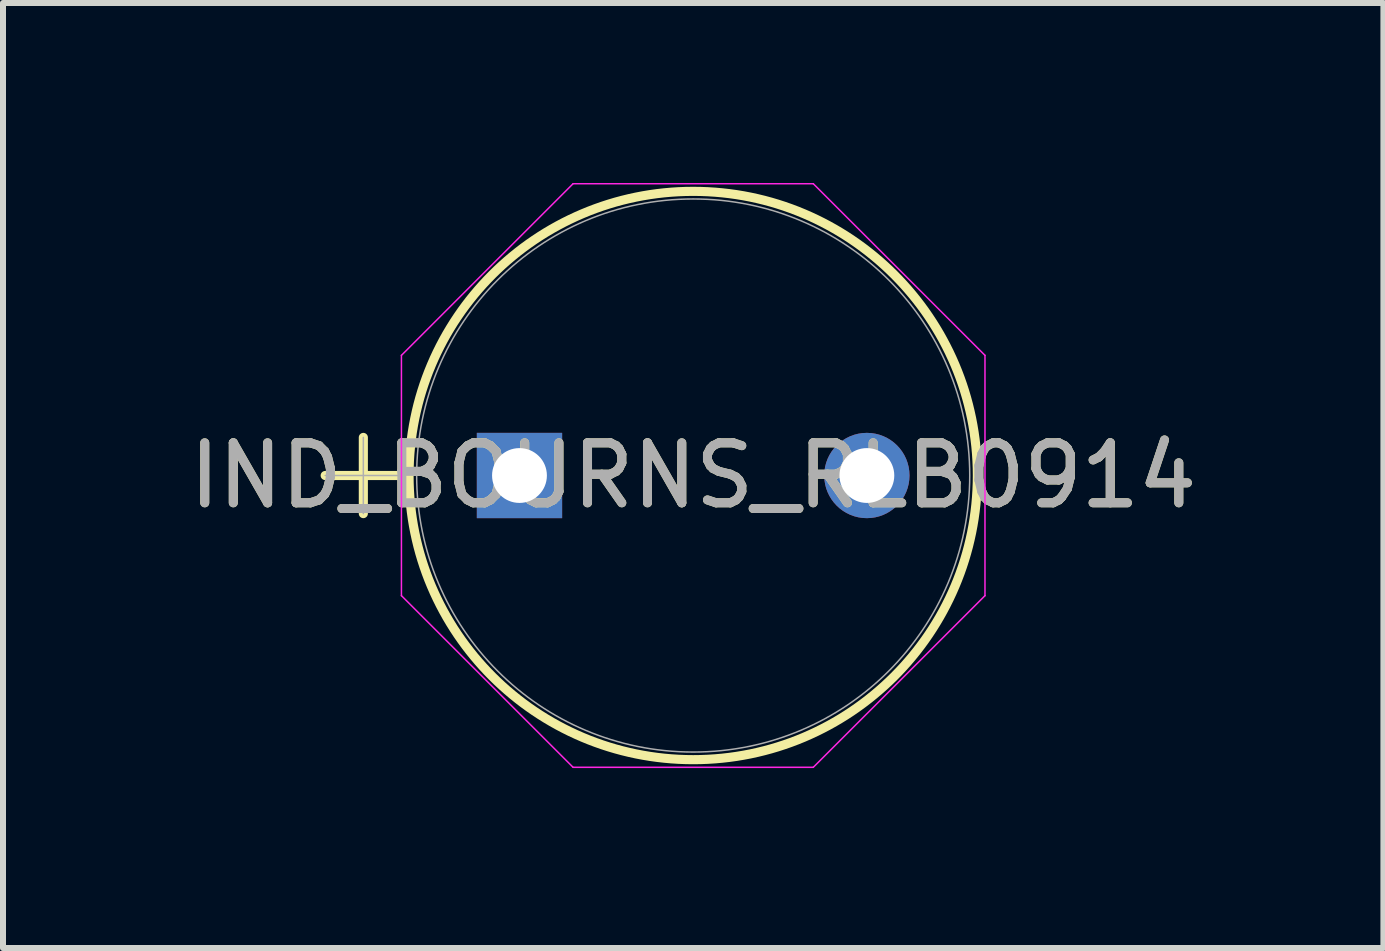
<source format=kicad_pcb>
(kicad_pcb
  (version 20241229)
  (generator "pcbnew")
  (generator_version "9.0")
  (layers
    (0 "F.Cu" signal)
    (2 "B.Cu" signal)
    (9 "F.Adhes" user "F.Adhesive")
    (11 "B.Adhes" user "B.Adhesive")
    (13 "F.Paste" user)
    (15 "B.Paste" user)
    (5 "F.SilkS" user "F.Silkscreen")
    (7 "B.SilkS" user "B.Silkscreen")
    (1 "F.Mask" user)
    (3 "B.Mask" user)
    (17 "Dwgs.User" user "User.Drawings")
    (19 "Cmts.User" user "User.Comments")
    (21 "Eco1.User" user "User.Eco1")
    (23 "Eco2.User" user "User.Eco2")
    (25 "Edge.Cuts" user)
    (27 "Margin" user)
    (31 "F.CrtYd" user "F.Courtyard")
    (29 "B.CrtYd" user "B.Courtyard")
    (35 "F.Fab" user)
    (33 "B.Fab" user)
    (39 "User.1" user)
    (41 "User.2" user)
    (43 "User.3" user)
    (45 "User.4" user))
  (footprint "IND_BOURNS_RLB0914"
    (layer "F.Cu")
    (at 5.61 4.877)
    (property "Reference" "IND_BOURNS_RLB0914" (at 2.896 0 0) (unlocked yes) (layer "F.SilkS") (effects (font (size 1 1) (thickness 0.15))))
    (attr through_hole)
    (fp_line (start -3.239 0) (end -1.968 0) (stroke (width 0.152) (type solid)) (layer "F.SilkS"))
    (fp_line (start -2.603 -0.635) (end -2.603 0.635) (stroke (width 0.152) (type solid)) (layer "F.SilkS"))
    (fp_circle (center 2.896 0) (end 7.633 0) (stroke (width 0.152) (type solid)) (fill no) (layer "F.SilkS"))
    (fp_line (start -1.968 -2.003) (end 0.893 -4.864) (stroke (width 0.025) (type solid)) (layer "F.CrtYd"))
    (fp_line (start -1.968 2.003) (end -1.968 -2.003) (stroke (width 0.025) (type solid)) (layer "F.CrtYd"))
    (fp_line (start 0.893 -4.864) (end 4.898 -4.864) (stroke (width 0.025) (type solid)) (layer "F.CrtYd"))
    (fp_line (start 0.893 4.864) (end -1.968 2.003) (stroke (width 0.025) (type solid)) (layer "F.CrtYd"))
    (fp_line (start 4.898 -4.864) (end 7.76 -2.003) (stroke (width 0.025) (type solid)) (layer "F.CrtYd"))
    (fp_line (start 4.898 4.864) (end 0.893 4.864) (stroke (width 0.025) (type solid)) (layer "F.CrtYd"))
    (fp_line (start 7.76 -2.003) (end 7.76 2.003) (stroke (width 0.025) (type solid)) (layer "F.CrtYd"))
    (fp_line (start 7.76 2.003) (end 4.898 4.864) (stroke (width 0.025) (type solid)) (layer "F.CrtYd"))
    (fp_line (start -3.239 0) (end -1.968 0) (stroke (width 0.025) (type solid)) (layer "F.Fab"))
    (fp_line (start -2.603 -0.635) (end -2.603 0.635) (stroke (width 0.025) (type solid)) (layer "F.Fab"))
    (fp_circle (center 2.896 0) (end 7.506 0) (stroke (width 0.025) (type solid)) (fill no) (layer "F.Fab"))
    (fp_text user "${REFERENCE}" (at 2.896 0 0) (unlocked yes) (layer "F.Fab") (effects (font (size 1 1) (thickness 0.15))))
    (pad "1" thru_hole rect (at 0 0) (size 1.422 1.422) (drill 0.914) (layers "*.Cu" "*.Mask"))
    (pad "2" thru_hole circle (at 5.791 0) (size 1.422 1.422) (drill 0.914) (layers "*.Cu" "*.Mask")))
  (gr_rect
    (start -3 -3)
    (end 20.012 12.754)
    (stroke (width 0.1) (type default))
    (fill no)
    (layer "Edge.Cuts")))
</source>
